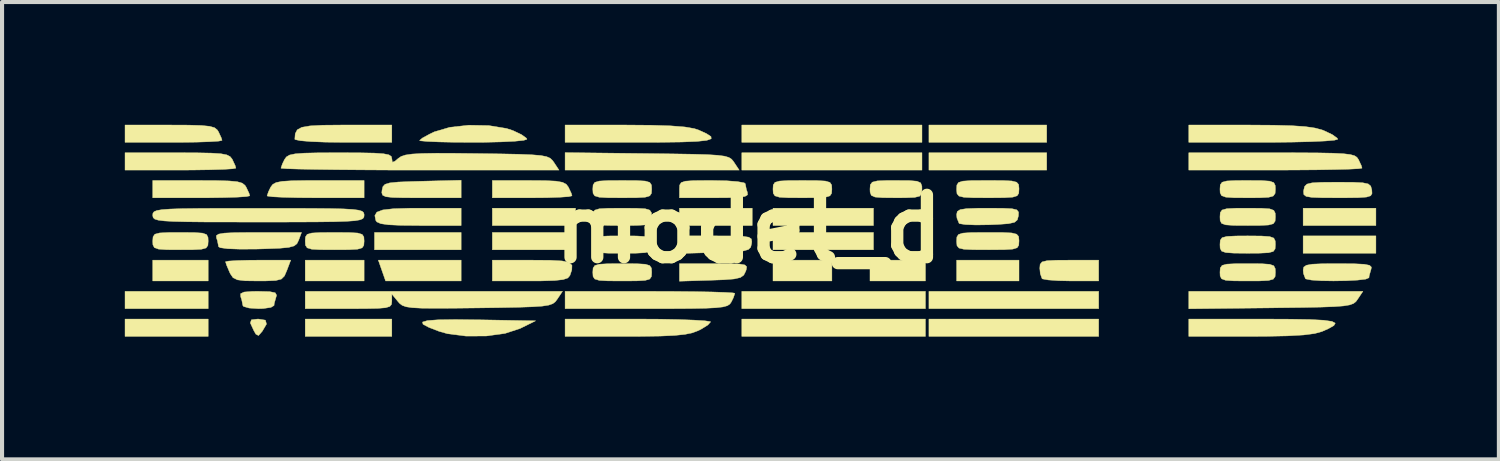
<source format=kicad_pcb>
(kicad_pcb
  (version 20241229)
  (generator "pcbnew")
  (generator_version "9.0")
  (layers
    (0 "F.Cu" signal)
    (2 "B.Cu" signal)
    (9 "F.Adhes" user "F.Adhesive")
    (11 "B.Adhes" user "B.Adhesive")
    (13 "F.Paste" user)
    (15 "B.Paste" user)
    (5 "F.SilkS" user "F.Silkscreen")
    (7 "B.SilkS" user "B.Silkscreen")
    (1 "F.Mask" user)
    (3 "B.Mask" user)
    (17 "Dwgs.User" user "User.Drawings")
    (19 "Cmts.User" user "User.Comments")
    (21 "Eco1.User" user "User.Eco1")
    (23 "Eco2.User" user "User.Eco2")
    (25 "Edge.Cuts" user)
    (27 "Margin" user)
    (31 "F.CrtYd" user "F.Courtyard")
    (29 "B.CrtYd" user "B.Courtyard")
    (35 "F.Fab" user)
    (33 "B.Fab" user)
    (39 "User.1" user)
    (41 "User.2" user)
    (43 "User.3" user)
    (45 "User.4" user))
  (footprint "model_d"
    (layer "F.Cu")
    (at 15.245 2.545)
    (property "Reference" "model_d" (at 0 0 0) (layer "F.SilkS") (effects (font (size 1.524 1.524) (thickness 0.3))))
    (attr through_hole)
    (fp_poly (pts (xy -13.208 1.27) (xy -14.563 1.27) (xy -14.563 0.762) (xy -13.208 0.762) (xy -13.208 1.27)) (stroke (width 0.01) (type solid)) (fill yes) (layer "F.SilkS"))
    (fp_poly (pts (xy -13.208 1.947) (xy -15.24 1.947) (xy -15.24 1.524) (xy -13.208 1.524) (xy -13.208 1.947)) (stroke (width 0.01) (type solid)) (fill yes) (layer "F.SilkS"))
    (fp_poly (pts (xy -13.208 2.625) (xy -15.24 2.625) (xy -15.24 2.201) (xy -13.208 2.201) (xy -13.208 2.625)) (stroke (width 0.01) (type solid)) (fill yes) (layer "F.SilkS"))
    (fp_poly (pts (xy -9.398 1.27) (xy -10.837 1.27) (xy -10.837 0.762) (xy -9.398 0.762) (xy -9.398 1.27)) (stroke (width 0.01) (type solid)) (fill yes) (layer "F.SilkS"))
    (fp_poly (pts (xy -8.721 2.625) (xy -10.837 2.625) (xy -10.837 2.201) (xy -8.721 2.201) (xy -8.721 2.625)) (stroke (width 0.01) (type solid)) (fill yes) (layer "F.SilkS"))
    (fp_poly (pts (xy -7.027 0.508) (xy -9.144 0.508) (xy -9.144 0.085) (xy -7.027 0.085) (xy -7.027 0.508)) (stroke (width 0.01) (type solid)) (fill yes) (layer "F.SilkS"))
    (fp_poly (pts (xy -7.027 1.27) (xy -8.873 1.27) (xy -9.051 0.762) (xy -7.027 0.762) (xy -7.027 1.27)) (stroke (width 0.01) (type solid)) (fill yes) (layer "F.SilkS"))
    (fp_poly (pts (xy -4.233 -0.085) (xy -6.265 -0.085) (xy -6.265 -0.508) (xy -4.233 -0.508) (xy -4.233 -0.085)) (stroke (width 0.01) (type solid)) (fill yes) (layer "F.SilkS"))
    (fp_poly (pts (xy -4.233 0.508) (xy -6.265 0.508) (xy -6.265 0.085) (xy -4.233 0.085) (xy -4.233 0.508)) (stroke (width 0.01) (type solid)) (fill yes) (layer "F.SilkS"))
    (fp_poly (pts (xy 0.085 -0.085) (xy -1.693 -0.085) (xy -1.693 -0.508) (xy 0.085 -0.508) (xy 0.085 -0.085)) (stroke (width 0.01) (type solid)) (fill yes) (layer "F.SilkS"))
    (fp_poly (pts (xy 2.032 1.27) (xy 0.593 1.27) (xy 0.593 0.762) (xy 2.032 0.762) (xy 2.032 1.27)) (stroke (width 0.01) (type solid)) (fill yes) (layer "F.SilkS"))
    (fp_poly (pts (xy 3.048 -0.085) (xy 0.593 -0.085) (xy 0.593 -0.508) (xy 3.048 -0.508) (xy 3.048 -0.085)) (stroke (width 0.01) (type solid)) (fill yes) (layer "F.SilkS"))
    (fp_poly (pts (xy 3.048 0.508) (xy 0.593 0.508) (xy 0.593 0.085) (xy 3.048 0.085) (xy 3.048 0.508)) (stroke (width 0.01) (type solid)) (fill yes) (layer "F.SilkS"))
    (fp_poly (pts (xy 4.233 -2.117) (xy -0.169 -2.117) (xy -0.169 -2.54) (xy 4.233 -2.54) (xy 4.233 -2.117)) (stroke (width 0.01) (type solid)) (fill yes) (layer "F.SilkS"))
    (fp_poly (pts (xy 4.233 -1.439) (xy -0.169 -1.439) (xy -0.169 -1.863) (xy 4.233 -1.863) (xy 4.233 -1.439)) (stroke (width 0.01) (type solid)) (fill yes) (layer "F.SilkS"))
    (fp_poly (pts (xy 4.318 1.27) (xy 2.963 1.27) (xy 2.963 0.762) (xy 4.318 0.762) (xy 4.318 1.27)) (stroke (width 0.01) (type solid)) (fill yes) (layer "F.SilkS"))
    (fp_poly (pts (xy 4.318 1.947) (xy -0.169 1.947) (xy -0.169 1.524) (xy 4.318 1.524) (xy 4.318 1.947)) (stroke (width 0.01) (type solid)) (fill yes) (layer "F.SilkS"))
    (fp_poly (pts (xy 4.318 2.625) (xy -0.169 2.625) (xy -0.169 2.201) (xy 4.318 2.201) (xy 4.318 2.625)) (stroke (width 0.01) (type solid)) (fill yes) (layer "F.SilkS"))
    (fp_poly (pts (xy 6.604 1.27) (xy 5.08 1.27) (xy 5.08 0.762) (xy 6.604 0.762) (xy 6.604 1.27)) (stroke (width 0.01) (type solid)) (fill yes) (layer "F.SilkS"))
    (fp_poly (pts (xy 7.281 -2.117) (xy 4.403 -2.117) (xy 4.403 -2.54) (xy 7.281 -2.54) (xy 7.281 -2.117)) (stroke (width 0.01) (type solid)) (fill yes) (layer "F.SilkS"))
    (fp_poly (pts (xy 7.281 -1.439) (xy 4.403 -1.439) (xy 4.403 -1.863) (xy 7.281 -1.863) (xy 7.281 -1.439)) (stroke (width 0.01) (type solid)) (fill yes) (layer "F.SilkS"))
    (fp_poly (pts (xy 8.551 1.947) (xy 4.403 1.947) (xy 4.403 1.524) (xy 8.551 1.524) (xy 8.551 1.947)) (stroke (width 0.01) (type solid)) (fill yes) (layer "F.SilkS"))
    (fp_poly (pts (xy 8.551 2.625) (xy 4.403 2.625) (xy 4.403 2.201) (xy 8.551 2.201) (xy 8.551 2.625)) (stroke (width 0.01) (type solid)) (fill yes) (layer "F.SilkS"))
    (fp_poly (pts (xy 15.325 -0.085) (xy 13.547 -0.085) (xy 13.547 -0.508) (xy 15.325 -0.508) (xy 15.325 -0.085)) (stroke (width 0.01) (type solid)) (fill yes) (layer "F.SilkS"))
    (fp_poly (pts (xy 15.325 0.593) (xy 13.547 0.593) (xy 13.547 0.169) (xy 15.325 0.169) (xy 15.325 0.593)) (stroke (width 0.01) (type solid)) (fill yes) (layer "F.SilkS"))
    (fp_poly (pts (xy -11.81 2.228) (xy -11.783 2.323) (xy -11.885 2.497) (xy -11.978 2.604) (xy -12.043 2.57) (xy -12.096 2.476) (xy -12.178 2.297) (xy -12.152 2.219) (xy -11.999 2.201) (xy -11.98 2.201) (xy -11.81 2.228)) (stroke (width 0.01) (type solid)) (fill yes) (layer "F.SilkS"))
    (fp_poly (pts (xy -2.487 -1.843) (xy -1.855 -1.835) (xy -1.37 -1.827) (xy -1.013 -1.817) (xy -0.76 -1.801) (xy -0.591 -1.779) (xy -0.484 -1.747) (xy -0.418 -1.704) (xy -0.372 -1.648) (xy -0.36 -1.63) (xy -0.233 -1.439) (xy -4.487 -1.439) (xy -4.487 -1.866) (xy -2.487 -1.843)) (stroke (width 0.01) (type solid)) (fill yes) (layer "F.SilkS"))
    (fp_poly (pts (xy -7.027 -0.085) (xy -8.046 -0.085) (xy -8.496 -0.089) (xy -8.802 -0.103) (xy -8.99 -0.13) (xy -9.087 -0.173) (xy -9.112 -0.208) (xy -9.136 -0.327) (xy -9.087 -0.411) (xy -8.943 -0.465) (xy -8.683 -0.495) (xy -8.285 -0.507) (xy -8.038 -0.508) (xy -7.027 -0.508) (xy -7.027 -0.085)) (stroke (width 0.01) (type solid)) (fill yes) (layer "F.SilkS"))
    (fp_poly (pts (xy -4.977 -1.182) (xy -4.711 -1.169) (xy -4.549 -1.14) (xy -4.457 -1.091) (xy -4.406 -1.022) (xy -4.335 -0.871) (xy -4.318 -0.81) (xy -4.397 -0.791) (xy -4.612 -0.776) (xy -4.93 -0.765) (xy -5.292 -0.762) (xy -6.265 -0.762) (xy -6.265 -1.185) (xy -5.379 -1.185) (xy -4.977 -1.182)) (stroke (width 0.01) (type solid)) (fill yes) (layer "F.SilkS"))
    (fp_poly (pts (xy -4.853 0.765) (xy -4.561 0.781) (xy -4.391 0.819) (xy -4.319 0.888) (xy -4.323 0.999) (xy -4.369 1.136) (xy -4.42 1.197) (xy -4.535 1.236) (xy -4.744 1.259) (xy -5.077 1.269) (xy -5.343 1.27) (xy -6.265 1.27) (xy -6.265 0.762) (xy -5.292 0.762) (xy -4.853 0.765)) (stroke (width 0.01) (type solid)) (fill yes) (layer "F.SilkS"))
    (fp_poly (pts (xy -0.466 0.848) (xy -0.224 0.856) (xy -0.095 0.879) (xy -0.05 0.923) (xy -0.061 0.995) (xy -0.076 1.037) (xy -0.122 1.128) (xy -0.204 1.186) (xy -0.356 1.221) (xy -0.615 1.241) (xy -0.92 1.252) (xy -1.693 1.276) (xy -1.693 0.847) (xy -0.849 0.847) (xy -0.466 0.848)) (stroke (width 0.01) (type solid)) (fill yes) (layer "F.SilkS"))
    (fp_poly (pts (xy 8.551 1.27) (xy 7.888 1.27) (xy 7.568 1.263) (xy 7.316 1.245) (xy 7.179 1.22) (xy 7.168 1.214) (xy 7.124 1.092) (xy 7.112 0.96) (xy 7.12 0.864) (xy 7.168 0.805) (xy 7.288 0.775) (xy 7.514 0.764) (xy 7.832 0.762) (xy 8.551 0.762) (xy 8.551 1.27)) (stroke (width 0.01) (type solid)) (fill yes) (layer "F.SilkS"))
    (fp_poly (pts (xy 14.88 1.714) (xy 14.836 1.775) (xy 14.777 1.821) (xy 14.684 1.855) (xy 14.535 1.88) (xy 14.308 1.897) (xy 13.982 1.909) (xy 13.535 1.918) (xy 12.947 1.925) (xy 12.753 1.928) (xy 10.753 1.95) (xy 10.753 1.524) (xy 12.88 1.524) (xy 15.007 1.524) (xy 14.88 1.714)) (stroke (width 0.01) (type solid)) (fill yes) (layer "F.SilkS"))
    (fp_poly (pts (xy -8.721 -2.117) (xy -9.906 -2.117) (xy -10.341 -2.122) (xy -10.701 -2.136) (xy -10.959 -2.158) (xy -11.084 -2.185) (xy -11.091 -2.194) (xy -11.081 -2.329) (xy -11.032 -2.423) (xy -10.921 -2.484) (xy -10.72 -2.519) (xy -10.406 -2.536) (xy -9.952 -2.54) (xy -9.855 -2.54) (xy -8.721 -2.54) (xy -8.721 -2.117)) (stroke (width 0.01) (type solid)) (fill yes) (layer "F.SilkS"))
    (fp_poly (pts (xy -7.027 -0.762) (xy -8.007 -0.762) (xy -8.426 -0.763) (xy -8.703 -0.77) (xy -8.867 -0.789) (xy -8.945 -0.825) (xy -8.966 -0.884) (xy -8.959 -0.953) (xy -8.939 -1.035) (xy -8.887 -1.091) (xy -8.772 -1.126) (xy -8.565 -1.147) (xy -8.235 -1.16) (xy -7.98 -1.167) (xy -7.027 -1.191) (xy -7.027 -0.762)) (stroke (width 0.01) (type solid)) (fill yes) (layer "F.SilkS"))
    (fp_poly (pts (xy -6.594 2.22) (xy -6.552 2.22) (xy -5.207 2.244) (xy -5.588 2.432) (xy -5.955 2.552) (xy -6.417 2.615) (xy -6.907 2.617) (xy -7.361 2.559) (xy -7.563 2.502) (xy -7.819 2.403) (xy -7.958 2.328) (xy -7.971 2.274) (xy -7.849 2.238) (xy -7.585 2.219) (xy -7.169 2.213) (xy -6.594 2.22)) (stroke (width 0.01) (type solid)) (fill yes) (layer "F.SilkS"))
    (fp_poly (pts (xy -0.402 0.171) (xy -0.145 0.179) (xy 0.001 0.201) (xy 0.064 0.243) (xy 0.075 0.31) (xy 0.069 0.36) (xy 0.048 0.446) (xy -0.009 0.502) (xy -0.132 0.537) (xy -0.353 0.557) (xy -0.703 0.571) (xy -0.826 0.574) (xy -1.693 0.599) (xy -1.693 0.169) (xy -0.798 0.169) (xy -0.402 0.171)) (stroke (width 0.01) (type solid)) (fill yes) (layer "F.SilkS"))
    (fp_poly (pts (xy -13.689 -2.538) (xy -13.376 -2.529) (xy -13.174 -2.509) (xy -13.053 -2.475) (xy -12.986 -2.421) (xy -12.957 -2.376) (xy -12.887 -2.225) (xy -12.869 -2.165) (xy -12.949 -2.147) (xy -13.168 -2.133) (xy -13.495 -2.122) (xy -13.901 -2.117) (xy -14.055 -2.117) (xy -15.24 -2.117) (xy -15.24 -2.54) (xy -14.142 -2.54) (xy -13.689 -2.538)) (stroke (width 0.01) (type solid)) (fill yes) (layer "F.SilkS"))
    (fp_poly (pts (xy -13.012 -1.183) (xy -12.699 -1.174) (xy -12.497 -1.155) (xy -12.376 -1.12) (xy -12.308 -1.066) (xy -12.28 -1.022) (xy -12.209 -0.871) (xy -12.192 -0.81) (xy -12.272 -0.793) (xy -12.49 -0.778) (xy -12.818 -0.768) (xy -13.223 -0.762) (xy -13.377 -0.762) (xy -14.563 -0.762) (xy -14.563 -1.185) (xy -13.465 -1.185) (xy -13.012 -1.183)) (stroke (width 0.01) (type solid)) (fill yes) (layer "F.SilkS"))
    (fp_poly (pts (xy -9.398 -0.762) (xy -10.583 -0.762) (xy -11.009 -0.765) (xy -11.367 -0.774) (xy -11.627 -0.787) (xy -11.759 -0.804) (xy -11.769 -0.81) (xy -11.733 -0.915) (xy -11.681 -1.022) (xy -11.631 -1.089) (xy -11.547 -1.135) (xy -11.399 -1.164) (xy -11.158 -1.179) (xy -10.795 -1.185) (xy -10.496 -1.185) (xy -9.398 -1.185) (xy -9.398 -0.762)) (stroke (width 0.01) (type solid)) (fill yes) (layer "F.SilkS"))
    (fp_poly (pts (xy -2.381 -2.535) (xy -1.908 -2.52) (xy -1.565 -2.493) (xy -1.332 -2.453) (xy -1.235 -2.422) (xy -1.032 -2.33) (xy -0.922 -2.258) (xy -0.917 -2.204) (xy -1.028 -2.165) (xy -1.266 -2.14) (xy -1.642 -2.125) (xy -2.168 -2.118) (xy -2.662 -2.117) (xy -4.487 -2.117) (xy -4.487 -2.54) (xy -3.003 -2.54) (xy -2.381 -2.535)) (stroke (width 0.01) (type solid)) (fill yes) (layer "F.SilkS"))
    (fp_poly (pts (xy 13.222 2.204) (xy 13.709 2.212) (xy 14.048 2.23) (xy 14.252 2.259) (xy 14.332 2.301) (xy 14.299 2.359) (xy 14.164 2.436) (xy 14.005 2.506) (xy 13.828 2.555) (xy 13.554 2.59) (xy 13.162 2.612) (xy 12.633 2.623) (xy 12.237 2.625) (xy 10.753 2.625) (xy 10.753 2.201) (xy 12.578 2.201) (xy 13.222 2.204)) (stroke (width 0.01) (type solid)) (fill yes) (layer "F.SilkS"))
    (fp_poly (pts (xy -13.482 -1.861) (xy -13.133 -1.854) (xy -12.9 -1.839) (xy -12.755 -1.811) (xy -12.672 -1.769) (xy -12.623 -1.708) (xy -12.618 -1.699) (xy -12.548 -1.548) (xy -12.531 -1.487) (xy -12.611 -1.471) (xy -12.832 -1.457) (xy -13.165 -1.447) (xy -13.583 -1.441) (xy -13.885 -1.439) (xy -15.24 -1.439) (xy -15.24 -1.863) (xy -13.973 -1.863) (xy -13.482 -1.861)) (stroke (width 0.01) (type solid)) (fill yes) (layer "F.SilkS"))
    (fp_poly (pts (xy -11.707 1.531) (xy -11.57 1.559) (xy -11.537 1.618) (xy -11.548 1.658) (xy -11.594 1.819) (xy -11.599 1.87) (xy -11.675 1.916) (xy -11.867 1.944) (xy -11.98 1.947) (xy -12.208 1.932) (xy -12.344 1.893) (xy -12.361 1.87) (xy -12.389 1.728) (xy -12.413 1.658) (xy -12.417 1.582) (xy -12.332 1.541) (xy -12.125 1.525) (xy -11.98 1.524) (xy -11.707 1.531)) (stroke (width 0.01) (type solid)) (fill yes) (layer "F.SilkS"))
    (fp_poly (pts (xy -11.287 1.016) (xy -11.344 1.148) (xy -11.42 1.224) (xy -11.558 1.259) (xy -11.8 1.269) (xy -11.985 1.27) (xy -12.302 1.266) (xy -12.493 1.243) (xy -12.601 1.19) (xy -12.668 1.092) (xy -12.686 1.054) (xy -12.758 0.884) (xy -12.785 0.8) (xy -12.706 0.784) (xy -12.495 0.771) (xy -12.189 0.763) (xy -11.988 0.762) (xy -11.191 0.762) (xy -11.287 1.016)) (stroke (width 0.01) (type solid)) (fill yes) (layer "F.SilkS"))
    (fp_poly (pts (xy -2.181 2.204) (xy -1.716 2.213) (xy -1.337 2.227) (xy -1.07 2.244) (xy -0.94 2.263) (xy -0.931 2.27) (xy -1 2.347) (xy -1.172 2.453) (xy -1.231 2.482) (xy -1.373 2.536) (xy -1.558 2.575) (xy -1.812 2.601) (xy -2.163 2.617) (xy -2.639 2.624) (xy -3.009 2.625) (xy -4.487 2.625) (xy -4.487 2.201) (xy -2.709 2.201) (xy -2.181 2.204)) (stroke (width 0.01) (type solid)) (fill yes) (layer "F.SilkS"))
    (fp_poly (pts (xy 12.819 -2.536) (xy 13.264 -2.524) (xy 13.593 -2.502) (xy 13.835 -2.467) (xy 14.017 -2.418) (xy 14.053 -2.404) (xy 14.261 -2.305) (xy 14.381 -2.217) (xy 14.393 -2.192) (xy 14.313 -2.17) (xy 14.087 -2.15) (xy 13.739 -2.134) (xy 13.293 -2.123) (xy 12.774 -2.117) (xy 12.573 -2.117) (xy 10.753 -2.117) (xy 10.753 -2.54) (xy 12.233 -2.54) (xy 12.819 -2.536)) (stroke (width 0.01) (type solid)) (fill yes) (layer "F.SilkS"))
    (fp_poly (pts (xy -1.841 1.526) (xy -1.329 1.531) (xy -0.9 1.539) (xy -0.578 1.55) (xy -0.385 1.562) (xy -0.339 1.572) (xy -0.374 1.677) (xy -0.426 1.784) (xy -0.463 1.836) (xy -0.523 1.875) (xy -0.629 1.904) (xy -0.8 1.924) (xy -1.059 1.937) (xy -1.426 1.944) (xy -1.923 1.947) (xy -2.501 1.947) (xy -4.487 1.947) (xy -4.487 1.524) (xy -2.413 1.524) (xy -1.841 1.526)) (stroke (width 0.01) (type solid)) (fill yes) (layer "F.SilkS"))
    (fp_poly (pts (xy -0.543 -1.178) (xy -0.272 -1.157) (xy -0.112 -1.128) (xy -0.085 -1.108) (xy -0.057 -0.966) (xy -0.033 -0.896) (xy -0.029 -0.835) (xy -0.092 -0.796) (xy -0.248 -0.773) (xy -0.525 -0.764) (xy -0.838 -0.762) (xy -1.693 -0.762) (xy -1.693 -0.974) (xy -1.688 -1.072) (xy -1.65 -1.134) (xy -1.548 -1.168) (xy -1.35 -1.182) (xy -1.025 -1.185) (xy -0.889 -1.185) (xy -0.543 -1.178)) (stroke (width 0.01) (type solid)) (fill yes) (layer "F.SilkS"))
    (fp_poly (pts (xy 13.42 -1.862) (xy 13.911 -1.859) (xy 14.273 -1.852) (xy 14.529 -1.839) (xy 14.698 -1.819) (xy 14.803 -1.79) (xy 14.862 -1.75) (xy 14.898 -1.699) (xy 14.969 -1.548) (xy 14.986 -1.487) (xy 14.905 -1.474) (xy 14.678 -1.462) (xy 14.326 -1.453) (xy 13.873 -1.445) (xy 13.342 -1.441) (xy 12.869 -1.439) (xy 10.753 -1.439) (xy 10.753 -1.863) (xy 12.782 -1.863) (xy 13.42 -1.862)) (stroke (width 0.01) (type solid)) (fill yes) (layer "F.SilkS"))
    (fp_poly (pts (xy -13.549 0.087) (xy -13.348 0.101) (xy -13.247 0.137) (xy -13.212 0.207) (xy -13.208 0.296) (xy -13.215 0.401) (xy -13.26 0.464) (xy -13.377 0.496) (xy -13.6 0.507) (xy -13.885 0.508) (xy -14.221 0.506) (xy -14.422 0.492) (xy -14.523 0.455) (xy -14.559 0.386) (xy -14.563 0.296) (xy -14.555 0.191) (xy -14.511 0.128) (xy -14.394 0.097) (xy -14.171 0.086) (xy -13.885 0.085) (xy -13.549 0.087)) (stroke (width 0.01) (type solid)) (fill yes) (layer "F.SilkS"))
    (fp_poly (pts (xy -10.998 0.275) (xy -11.039 0.359) (xy -11.109 0.414) (xy -11.241 0.45) (xy -11.465 0.471) (xy -11.813 0.484) (xy -12.011 0.49) (xy -12.42 0.493) (xy -12.73 0.482) (xy -12.914 0.457) (xy -12.954 0.433) (xy -12.982 0.288) (xy -13.005 0.219) (xy -13.009 0.163) (xy -12.953 0.125) (xy -12.812 0.101) (xy -12.56 0.089) (xy -12.174 0.085) (xy -11.992 0.085) (xy -10.927 0.085) (xy -10.998 0.275)) (stroke (width 0.01) (type solid)) (fill yes) (layer "F.SilkS"))
    (fp_poly (pts (xy -9.769 0.087) (xy -9.556 0.099) (xy -9.446 0.132) (xy -9.404 0.195) (xy -9.398 0.296) (xy -9.405 0.399) (xy -9.447 0.461) (xy -9.558 0.494) (xy -9.772 0.506) (xy -10.118 0.508) (xy -10.466 0.506) (xy -10.679 0.494) (xy -10.789 0.461) (xy -10.831 0.398) (xy -10.837 0.296) (xy -10.831 0.194) (xy -10.789 0.131) (xy -10.677 0.099) (xy -10.463 0.087) (xy -10.118 0.085) (xy -9.769 0.087)) (stroke (width 0.01) (type solid)) (fill yes) (layer "F.SilkS"))
    (fp_poly (pts (xy -2.742 -1.183) (xy -2.529 -1.171) (xy -2.419 -1.138) (xy -2.377 -1.075) (xy -2.371 -0.974) (xy -2.377 -0.871) (xy -2.419 -0.809) (xy -2.531 -0.776) (xy -2.745 -0.764) (xy -3.09 -0.762) (xy -3.439 -0.764) (xy -3.652 -0.776) (xy -3.762 -0.809) (xy -3.804 -0.872) (xy -3.81 -0.974) (xy -3.803 -1.076) (xy -3.761 -1.139) (xy -3.65 -1.171) (xy -3.436 -1.183) (xy -3.09 -1.185) (xy -2.742 -1.183)) (stroke (width 0.01) (type solid)) (fill yes) (layer "F.SilkS"))
    (fp_poly (pts (xy -2.742 -0.506) (xy -2.529 -0.494) (xy -2.419 -0.461) (xy -2.377 -0.398) (xy -2.371 -0.296) (xy -2.377 -0.194) (xy -2.419 -0.131) (xy -2.531 -0.099) (xy -2.745 -0.087) (xy -3.09 -0.085) (xy -3.439 -0.087) (xy -3.652 -0.099) (xy -3.762 -0.132) (xy -3.804 -0.195) (xy -3.81 -0.296) (xy -3.803 -0.399) (xy -3.761 -0.461) (xy -3.65 -0.494) (xy -3.436 -0.506) (xy -3.09 -0.508) (xy -2.742 -0.506)) (stroke (width 0.01) (type solid)) (fill yes) (layer "F.SilkS"))
    (fp_poly (pts (xy -2.742 0.171) (xy -2.529 0.184) (xy -2.419 0.216) (xy -2.377 0.279) (xy -2.371 0.381) (xy -2.377 0.483) (xy -2.419 0.546) (xy -2.531 0.579) (xy -2.745 0.591) (xy -3.09 0.593) (xy -3.439 0.591) (xy -3.652 0.578) (xy -3.762 0.546) (xy -3.804 0.483) (xy -3.81 0.381) (xy -3.803 0.279) (xy -3.761 0.216) (xy -3.65 0.183) (xy -3.436 0.171) (xy -3.09 0.169) (xy -2.742 0.171)) (stroke (width 0.01) (type solid)) (fill yes) (layer "F.SilkS"))
    (fp_poly (pts (xy -2.742 0.849) (xy -2.529 0.861) (xy -2.419 0.894) (xy -2.377 0.957) (xy -2.371 1.058) (xy -2.377 1.161) (xy -2.419 1.223) (xy -2.531 1.256) (xy -2.745 1.268) (xy -3.09 1.27) (xy -3.439 1.268) (xy -3.652 1.256) (xy -3.762 1.223) (xy -3.804 1.16) (xy -3.81 1.058) (xy -3.803 0.956) (xy -3.761 0.893) (xy -3.65 0.861) (xy -3.436 0.849) (xy -3.09 0.847) (xy -2.742 0.849)) (stroke (width 0.01) (type solid)) (fill yes) (layer "F.SilkS"))
    (fp_poly (pts (xy 1.661 -1.183) (xy 1.874 -1.171) (xy 1.984 -1.138) (xy 2.026 -1.075) (xy 2.032 -0.974) (xy 2.025 -0.871) (xy 1.983 -0.809) (xy 1.872 -0.776) (xy 1.658 -0.764) (xy 1.312 -0.762) (xy 0.964 -0.764) (xy 0.751 -0.776) (xy 0.641 -0.809) (xy 0.599 -0.872) (xy 0.593 -0.974) (xy 0.599 -1.076) (xy 0.641 -1.139) (xy 0.753 -1.171) (xy 0.967 -1.183) (xy 1.312 -1.185) (xy 1.661 -1.183)) (stroke (width 0.01) (type solid)) (fill yes) (layer "F.SilkS"))
    (fp_poly (pts (xy 3.921 -1.183) (xy 4.111 -1.167) (xy 4.202 -1.126) (xy 4.231 -1.048) (xy 4.233 -0.974) (xy 4.225 -0.866) (xy 4.178 -0.803) (xy 4.055 -0.772) (xy 3.821 -0.763) (xy 3.598 -0.762) (xy 3.275 -0.765) (xy 3.086 -0.78) (xy 2.995 -0.821) (xy 2.966 -0.899) (xy 2.963 -0.974) (xy 2.971 -1.081) (xy 3.019 -1.144) (xy 3.142 -1.175) (xy 3.375 -1.185) (xy 3.598 -1.185) (xy 3.921 -1.183)) (stroke (width 0.01) (type solid)) (fill yes) (layer "F.SilkS"))
    (fp_poly (pts (xy 12.528 -1.183) (xy 12.729 -1.169) (xy 12.83 -1.133) (xy 12.865 -1.063) (xy 12.869 -0.974) (xy 12.862 -0.869) (xy 12.817 -0.806) (xy 12.701 -0.774) (xy 12.477 -0.763) (xy 12.192 -0.762) (xy 11.856 -0.764) (xy 11.655 -0.778) (xy 11.554 -0.815) (xy 11.519 -0.884) (xy 11.515 -0.974) (xy 11.522 -1.079) (xy 11.567 -1.142) (xy 11.683 -1.173) (xy 11.907 -1.184) (xy 12.192 -1.185) (xy 12.528 -1.183)) (stroke (width 0.01) (type solid)) (fill yes) (layer "F.SilkS"))
    (fp_poly (pts (xy 12.528 -0.506) (xy 12.729 -0.492) (xy 12.83 -0.455) (xy 12.865 -0.386) (xy 12.869 -0.296) (xy 12.862 -0.191) (xy 12.817 -0.128) (xy 12.701 -0.097) (xy 12.477 -0.086) (xy 12.192 -0.085) (xy 11.856 -0.087) (xy 11.655 -0.101) (xy 11.554 -0.137) (xy 11.519 -0.207) (xy 11.515 -0.296) (xy 11.522 -0.401) (xy 11.567 -0.464) (xy 11.683 -0.496) (xy 11.907 -0.507) (xy 12.192 -0.508) (xy 12.528 -0.506)) (stroke (width 0.01) (type solid)) (fill yes) (layer "F.SilkS"))
    (fp_poly (pts (xy 12.528 0.172) (xy 12.729 0.186) (xy 12.83 0.222) (xy 12.865 0.292) (xy 12.869 0.381) (xy 12.862 0.486) (xy 12.817 0.549) (xy 12.701 0.58) (xy 12.477 0.591) (xy 12.192 0.593) (xy 11.856 0.59) (xy 11.655 0.576) (xy 11.554 0.54) (xy 11.519 0.47) (xy 11.515 0.381) (xy 11.522 0.276) (xy 11.567 0.213) (xy 11.683 0.182) (xy 11.907 0.171) (xy 12.192 0.169) (xy 12.528 0.172)) (stroke (width 0.01) (type solid)) (fill yes) (layer "F.SilkS"))
    (fp_poly (pts (xy 12.528 0.849) (xy 12.729 0.863) (xy 12.83 0.899) (xy 12.865 0.969) (xy 12.869 1.058) (xy 12.862 1.163) (xy 12.817 1.226) (xy 12.701 1.258) (xy 12.477 1.269) (xy 12.192 1.27) (xy 11.856 1.268) (xy 11.655 1.254) (xy 11.554 1.217) (xy 11.519 1.148) (xy 11.515 1.058) (xy 11.522 0.953) (xy 11.567 0.89) (xy 11.683 0.859) (xy 11.907 0.848) (xy 12.192 0.847) (xy 12.528 0.849)) (stroke (width 0.01) (type solid)) (fill yes) (layer "F.SilkS"))
    (fp_poly (pts (xy -6.354 -2.527) (xy -5.918 -2.456) (xy -5.759 -2.404) (xy -5.551 -2.305) (xy -5.431 -2.217) (xy -5.419 -2.192) (xy -5.499 -2.166) (xy -5.719 -2.144) (xy -6.051 -2.128) (xy -6.466 -2.118) (xy -6.731 -2.117) (xy -7.181 -2.119) (xy -7.564 -2.127) (xy -7.852 -2.139) (xy -8.016 -2.154) (xy -8.043 -2.163) (xy -7.974 -2.222) (xy -7.796 -2.319) (xy -7.684 -2.373) (xy -7.306 -2.484) (xy -6.839 -2.536) (xy -6.354 -2.527)) (stroke (width 0.01) (type solid)) (fill yes) (layer "F.SilkS"))
    (fp_poly (pts (xy 6.21 -0.506) (xy 6.434 -0.495) (xy 6.551 -0.467) (xy 6.593 -0.413) (xy 6.59 -0.326) (xy 6.589 -0.318) (xy 6.563 -0.222) (xy 6.494 -0.163) (xy 6.346 -0.13) (xy 6.085 -0.111) (xy 5.88 -0.103) (xy 5.555 -0.098) (xy 5.298 -0.108) (xy 5.153 -0.13) (xy 5.14 -0.138) (xy 5.088 -0.266) (xy 5.08 -0.353) (xy 5.096 -0.427) (xy 5.167 -0.473) (xy 5.322 -0.497) (xy 5.595 -0.507) (xy 5.848 -0.508) (xy 6.21 -0.506)) (stroke (width 0.01) (type solid)) (fill yes) (layer "F.SilkS"))
    (fp_poly (pts (xy 14.791 0.85) (xy 15.038 0.862) (xy 15.17 0.888) (xy 15.215 0.932) (xy 15.207 0.981) (xy 15.161 1.142) (xy 15.155 1.192) (xy 15.078 1.225) (xy 14.878 1.249) (xy 14.599 1.264) (xy 14.288 1.269) (xy 13.99 1.264) (xy 13.75 1.248) (xy 13.614 1.221) (xy 13.603 1.214) (xy 13.555 1.089) (xy 13.547 1.002) (xy 13.562 0.931) (xy 13.627 0.886) (xy 13.773 0.86) (xy 14.03 0.849) (xy 14.402 0.847) (xy 14.791 0.85)) (stroke (width 0.01) (type solid)) (fill yes) (layer "F.SilkS"))
    (fp_poly (pts (xy 6.203 -1.184) (xy 6.427 -1.173) (xy 6.546 -1.143) (xy 6.595 -1.086) (xy 6.604 -0.992) (xy 6.604 -0.974) (xy 6.598 -0.873) (xy 6.558 -0.811) (xy 6.452 -0.778) (xy 6.246 -0.765) (xy 5.909 -0.762) (xy 5.842 -0.762) (xy 5.481 -0.764) (xy 5.257 -0.775) (xy 5.138 -0.804) (xy 5.089 -0.861) (xy 5.08 -0.955) (xy 5.08 -0.974) (xy 5.086 -1.074) (xy 5.126 -1.136) (xy 5.232 -1.169) (xy 5.438 -1.183) (xy 5.775 -1.185) (xy 5.842 -1.185) (xy 6.203 -1.184)) (stroke (width 0.01) (type solid)) (fill yes) (layer "F.SilkS"))
    (fp_poly (pts (xy 6.203 0.086) (xy 6.427 0.097) (xy 6.546 0.127) (xy 6.595 0.184) (xy 6.604 0.278) (xy 6.604 0.296) (xy 6.598 0.397) (xy 6.558 0.459) (xy 6.452 0.492) (xy 6.246 0.505) (xy 5.909 0.508) (xy 5.842 0.508) (xy 5.481 0.506) (xy 5.257 0.495) (xy 5.138 0.466) (xy 5.089 0.409) (xy 5.08 0.315) (xy 5.08 0.296) (xy 5.086 0.196) (xy 5.126 0.134) (xy 5.232 0.101) (xy 5.438 0.087) (xy 5.775 0.085) (xy 5.842 0.085) (xy 6.203 0.086)) (stroke (width 0.01) (type solid)) (fill yes) (layer "F.SilkS"))
    (fp_poly (pts (xy 14.767 -1.141) (xy 15.004 -1.129) (xy 15.137 -1.101) (xy 15.199 -1.048) (xy 15.223 -0.963) (xy 15.225 -0.953) (xy 15.23 -0.867) (xy 15.197 -0.811) (xy 15.096 -0.78) (xy 14.897 -0.766) (xy 14.57 -0.762) (xy 14.393 -0.762) (xy 14.006 -0.764) (xy 13.759 -0.773) (xy 13.621 -0.796) (xy 13.564 -0.841) (xy 13.557 -0.913) (xy 13.562 -0.953) (xy 13.584 -1.041) (xy 13.641 -1.097) (xy 13.765 -1.127) (xy 13.991 -1.14) (xy 14.349 -1.143) (xy 14.393 -1.143) (xy 14.767 -1.141)) (stroke (width 0.01) (type solid)) (fill yes) (layer "F.SilkS"))
    (fp_poly (pts (xy -4.678 1.714) (xy -4.725 1.777) (xy -4.787 1.825) (xy -4.886 1.86) (xy -5.045 1.885) (xy -5.287 1.901) (xy -5.634 1.913) (xy -6.109 1.922) (xy -6.614 1.929) (xy -7.212 1.936) (xy -7.664 1.938) (xy -7.993 1.935) (xy -8.221 1.923) (xy -8.371 1.901) (xy -8.466 1.867) (xy -8.53 1.819) (xy -8.572 1.771) (xy -8.721 1.59) (xy -8.721 1.769) (xy -8.729 1.843) (xy -8.771 1.893) (xy -8.874 1.924) (xy -9.067 1.94) (xy -9.377 1.946) (xy -9.779 1.947) (xy -10.837 1.947) (xy -10.837 1.524) (xy -4.551 1.524) (xy -4.678 1.714)) (stroke (width 0.01) (type solid)) (fill yes) (layer "F.SilkS"))
    (fp_poly (pts (xy -11.252 -0.505) (xy -10.675 -0.503) (xy -10.232 -0.499) (xy -9.906 -0.491) (xy -9.678 -0.478) (xy -9.531 -0.459) (xy -9.447 -0.433) (xy -9.409 -0.398) (xy -9.398 -0.354) (xy -9.398 -0.337) (xy -9.403 -0.29) (xy -9.43 -0.252) (xy -9.497 -0.224) (xy -9.622 -0.202) (xy -9.821 -0.188) (xy -10.113 -0.178) (xy -10.516 -0.173) (xy -11.047 -0.17) (xy -11.723 -0.169) (xy -11.98 -0.169) (xy -12.709 -0.17) (xy -13.286 -0.171) (xy -13.728 -0.176) (xy -14.055 -0.184) (xy -14.283 -0.197) (xy -14.43 -0.216) (xy -14.514 -0.242) (xy -14.552 -0.277) (xy -14.562 -0.321) (xy -14.563 -0.337) (xy -14.558 -0.385) (xy -14.53 -0.422) (xy -14.463 -0.451) (xy -14.339 -0.472) (xy -14.14 -0.487) (xy -13.848 -0.497) (xy -13.445 -0.502) (xy -12.914 -0.505) (xy -12.237 -0.505) (xy -11.98 -0.505) (xy -11.252 -0.505)) (stroke (width 0.01) (type solid)) (fill yes) (layer "F.SilkS"))
    (fp_poly (pts (xy -9.496 -1.861) (xy -9.15 -1.854) (xy -8.923 -1.838) (xy -8.793 -1.812) (xy -8.733 -1.772) (xy -8.721 -1.723) (xy -8.708 -1.63) (xy -8.643 -1.656) (xy -8.564 -1.724) (xy -8.494 -1.772) (xy -8.388 -1.807) (xy -8.225 -1.831) (xy -7.981 -1.845) (xy -7.632 -1.851) (xy -7.157 -1.849) (xy -6.648 -1.843) (xy -6.06 -1.835) (xy -5.618 -1.826) (xy -5.299 -1.813) (xy -5.08 -1.795) (xy -4.939 -1.767) (xy -4.852 -1.729) (xy -4.796 -1.676) (xy -4.762 -1.63) (xy -4.636 -1.439) (xy -8.033 -1.439) (xy -8.773 -1.44) (xy -9.457 -1.444) (xy -10.068 -1.449) (xy -10.587 -1.456) (xy -10.998 -1.464) (xy -11.281 -1.473) (xy -11.419 -1.483) (xy -11.43 -1.487) (xy -11.394 -1.592) (xy -11.342 -1.699) (xy -11.296 -1.762) (xy -11.219 -1.807) (xy -11.083 -1.836) (xy -10.862 -1.853) (xy -10.529 -1.861) (xy -10.057 -1.863) (xy -9.988 -1.863) (xy -9.496 -1.861)) (stroke (width 0.01) (type solid)) (fill yes) (layer "F.SilkS")))
  (gr_rect
    (start -3 -3)
    (end 33.575 8.175)
    (stroke (width 0.1) (type default))
    (fill no)
    (layer "Edge.Cuts")))
</source>
